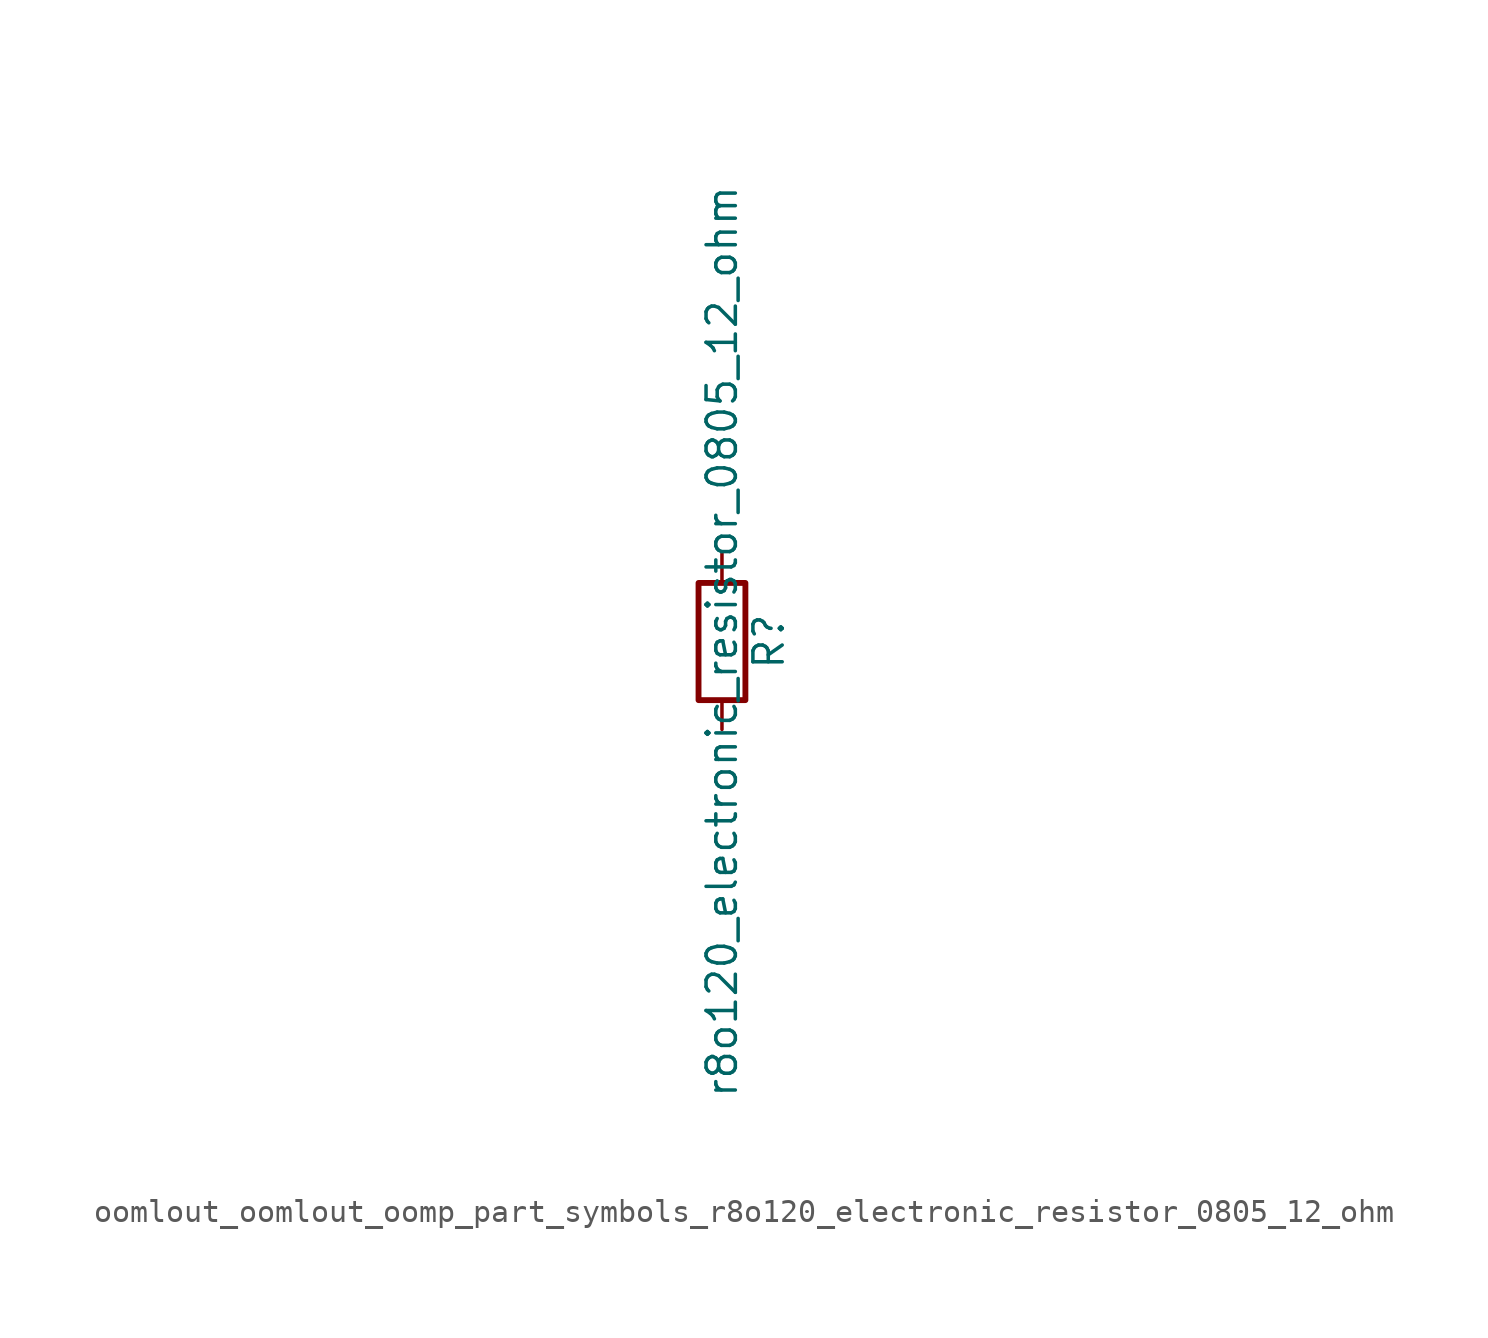
<source format=kicad_sym>
(kicad_symbol_lib
  (version 20220914)
  (generator kicad_symbol_editor)
  (symbol "oomlout_oomlout_oomp_part_symbols_r8o120_electronic_resistor_0805_12_ohm"
    (pin_numbers hide)
    (pin_names
      (offset 0))
    (property "Reference" "R"
      (at 2.032 0 90)
      (effects (font (size 1.27 1.27))))
    (property "Value" "r8o120_electronic_resistor_0805_12_ohm"
      (at 0 0 90)
      (effects (font (size 1.27 1.27))))
    (symbol "oomlout_oomlout_oomp_part_symbols_r8o120_electronic_resistor_0805_12_ohm_0_1"
      (rectangle (start -1.016 -2.54) (end 1.016 2.54) (stroke (width 0.254) (type default)) (fill (type none))))
    (symbol "oomlout_oomlout_oomp_part_symbols_r8o120_electronic_resistor_0805_12_ohm_1_1"
      (pin passive line (at 0 3.81 270) (length 1.27) (name "~" (effects (font (size 1.27 1.27)))) (number "1" (effects (font (size 1.27 1.27)))))
      (pin passive line (at 0 -3.81 90) (length 1.27) (name "~" (effects (font (size 1.27 1.27)))) (number "2" (effects (font (size 1.27 1.27))))))))
</source>
